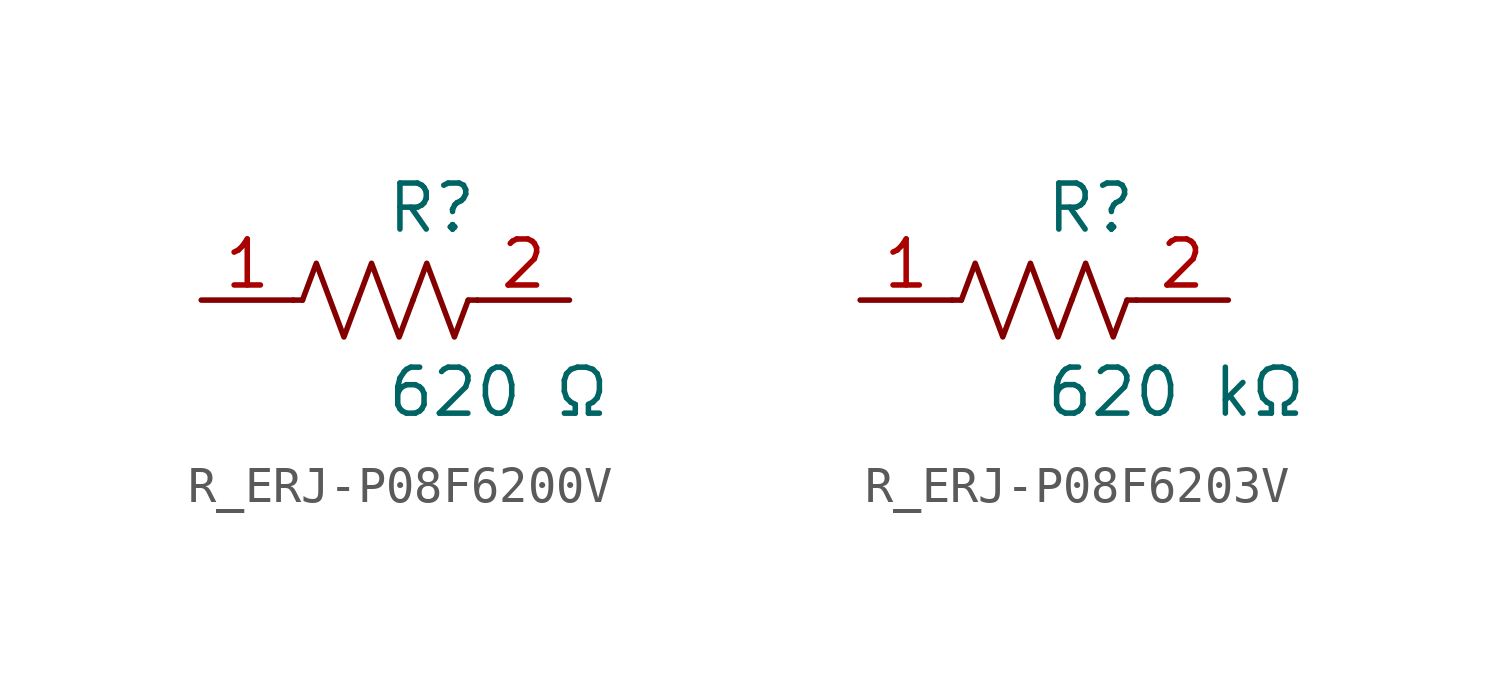
<source format=kicad_sym>
(kicad_symbol_lib
  (version 20231120)
  (generator kicad_symbol_editor)
  (generator_version 8.0)
  (symbol "R_ERJ-P08F6200V"
    (pin_names
      (offset 0.254))
    (property "Reference" "R"
      (at 0.0 2.54 0)
      (effects (font (size 1.27 1.27)) (justify left)))
    (property "Value" "620 Ω"
      (at 0.0 -2.54 0)
      (effects (font (size 1.27 1.27)) (justify left)))
    (symbol "R_ERJ-P08F6200V_0_1"
      (polyline (pts (xy 2.286 0) (xy 2.54 0)) (stroke (width 0) (type default)) (fill (type none)))
      (polyline (pts (xy -2.286 0) (xy -2.54 0)) (stroke (width 0) (type default)) (fill (type none)))
      (polyline (pts (xy 0.762 0) (xy 1.143 1.016) (xy 1.524 0) (xy 1.905 -1.016) (xy 2.286 0)) (stroke (width 0) (type default)) (fill (type none)))
      (polyline (pts (xy -0.762 0) (xy -0.381 1.016) (xy 0 0) (xy 0.381 -1.016) (xy 0.762 0)) (stroke (width 0) (type default)) (fill (type none)))
      (polyline (pts (xy -2.286 0) (xy -1.905 1.016) (xy -1.524 0) (xy -1.143 -1.016) (xy -0.762 0)) (stroke (width 0) (type default)) (fill (type none))))
    (pin unspecified line
      (at -5.08 0 0)
      (length 2.54)
      (name "" (effects (font (size 1.27 1.27))))
      (number "1" (effects (font (size 1.27 1.27)))))
    (pin unspecified line
      (at 5.08 0 180)
      (length 2.54)
      (name "" (effects (font (size 1.27 1.27))))
      (number "2" (effects (font (size 1.27 1.27))))))
  (symbol "R_ERJ-P08F6203V"
    (pin_names
      (offset 0.254))
    (property "Reference" "R"
      (at 0.0 2.54 0)
      (effects (font (size 1.27 1.27)) (justify left)))
    (property "Value" "620 kΩ"
      (at 0.0 -2.54 0)
      (effects (font (size 1.27 1.27)) (justify left)))
    (symbol "R_ERJ-P08F6203V_0_1"
      (polyline (pts (xy 2.286 0) (xy 2.54 0)) (stroke (width 0) (type default)) (fill (type none)))
      (polyline (pts (xy -2.286 0) (xy -2.54 0)) (stroke (width 0) (type default)) (fill (type none)))
      (polyline (pts (xy 0.762 0) (xy 1.143 1.016) (xy 1.524 0) (xy 1.905 -1.016) (xy 2.286 0)) (stroke (width 0) (type default)) (fill (type none)))
      (polyline (pts (xy -0.762 0) (xy -0.381 1.016) (xy 0 0) (xy 0.381 -1.016) (xy 0.762 0)) (stroke (width 0) (type default)) (fill (type none)))
      (polyline (pts (xy -2.286 0) (xy -1.905 1.016) (xy -1.524 0) (xy -1.143 -1.016) (xy -0.762 0)) (stroke (width 0) (type default)) (fill (type none))))
    (pin unspecified line
      (at -5.08 0 0)
      (length 2.54)
      (name "" (effects (font (size 1.27 1.27))))
      (number "1" (effects (font (size 1.27 1.27)))))
    (pin unspecified line
      (at 5.08 0 180)
      (length 2.54)
      (name "" (effects (font (size 1.27 1.27))))
      (number "2" (effects (font (size 1.27 1.27)))))))
</source>
